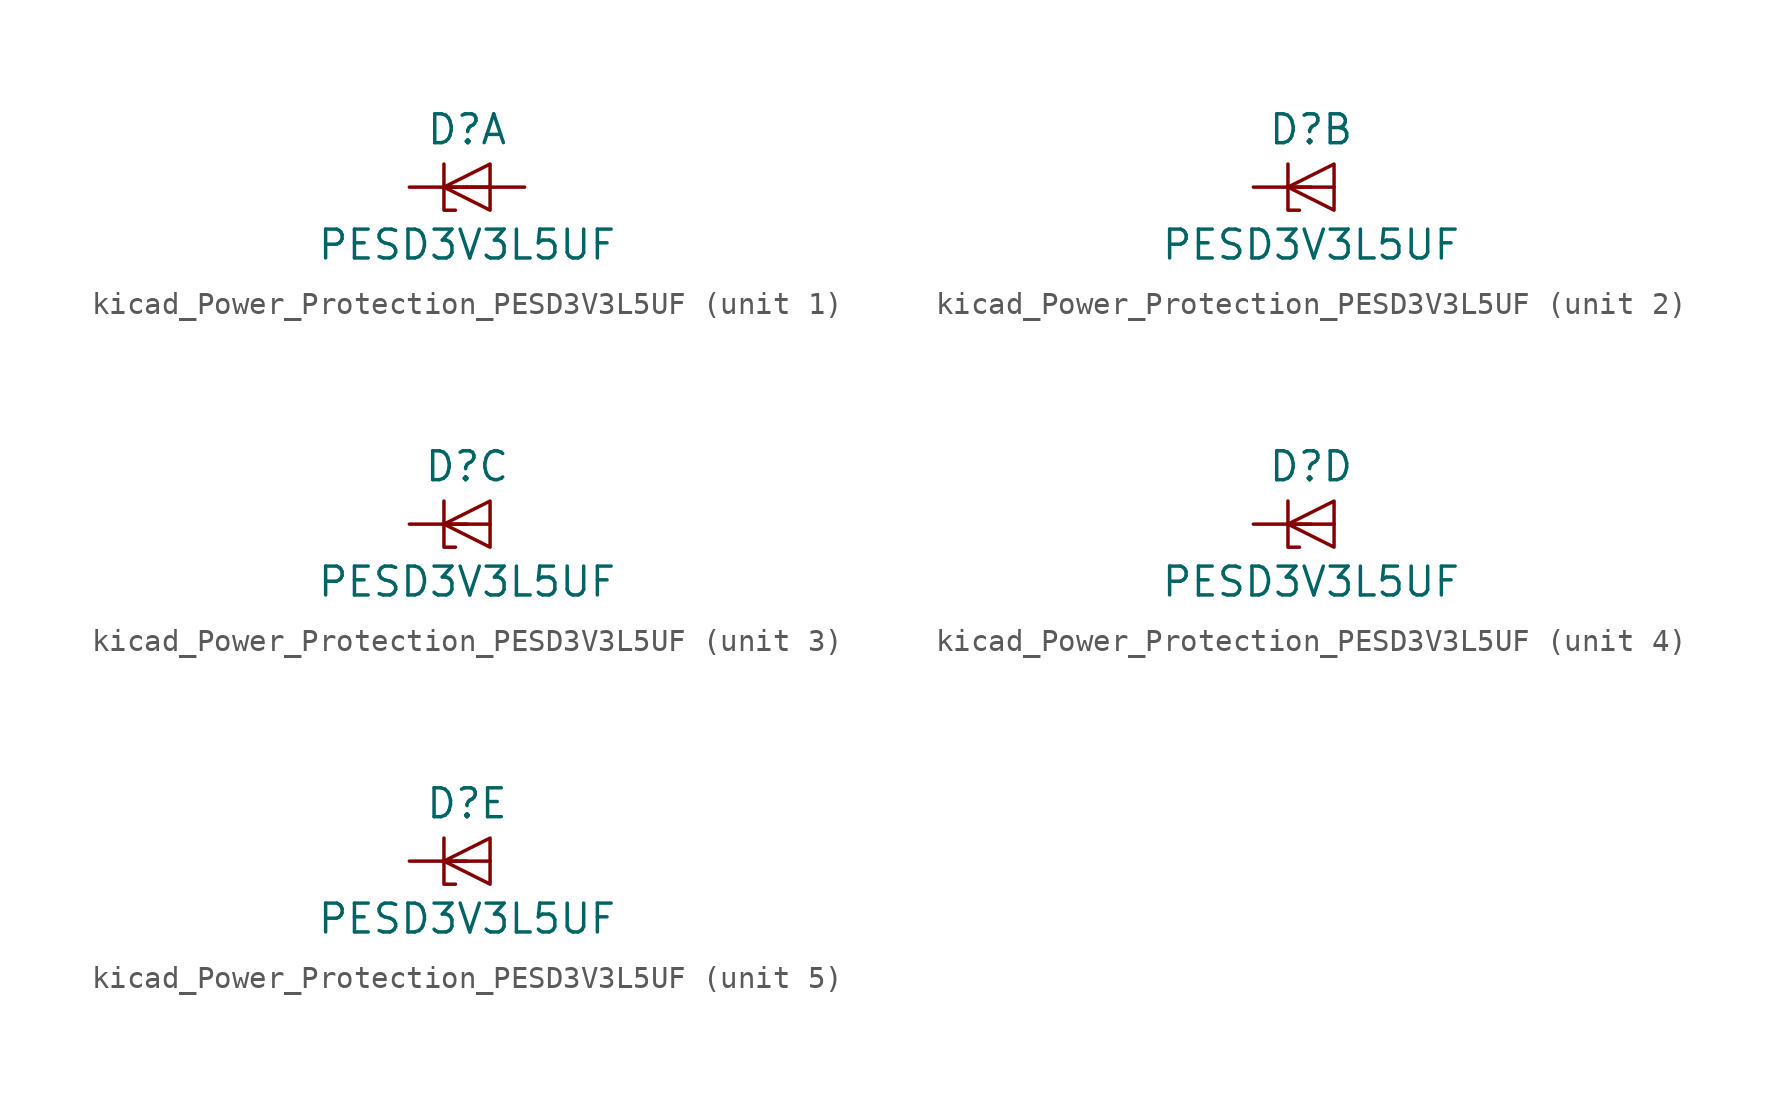
<source format=kicad_sym>
(kicad_symbol_lib
  (version 20220914)
  (generator kicad_symbol_editor)
  (symbol "kicad_Power_Protection_PESD3V3L5UF"
    (pin_numbers hide)
    (pin_names hide)
    (property "Reference" "D"
      (at 0 2.54 0)
      (effects (font (size 1.27 1.27))))
    (property "Value" "PESD3V3L5UF"
      (at 0 -2.54 0)
      (effects (font (size 1.27 1.27))))
    (property "ki_locked" ""
      (at 0 0 0)
      (effects (font (size 1.27 1.27))))
    (symbol "kicad_Power_Protection_PESD3V3L5UF_0_1"
      (polyline (pts (xy -1.016 0) (xy 1.016 0)) (stroke (width 0) (type default)) (fill (type none)))
      (polyline (pts (xy -1.016 1.016) (xy -1.016 -1.016) (xy -0.508 -1.016)) (stroke (width 0) (type default)) (fill (type none)))
      (polyline (pts (xy 1.016 1.016) (xy -1.016 0) (xy 1.016 -1.016) (xy 1.016 1.016)) (stroke (width 0) (type default)) (fill (type none))))
    (symbol "kicad_Power_Protection_PESD3V3L5UF_1_1"
      (pin passive line (at -2.54 0 0) (length 2.54) (name "K1" (effects (font (size 1.27 1.27)))) (number "1" (effects (font (size 1.27 1.27)))))
      (pin passive line (at 2.54 0 180) (length 2.54) (name "A" (effects (font (size 1.27 1.27)))) (number "2" (effects (font (size 1.27 1.27))))))
    (symbol "kicad_Power_Protection_PESD3V3L5UF_2_1"
      (pin passive line (at -2.54 0 0) (length 2.54) (name "K2" (effects (font (size 1.27 1.27)))) (number "3" (effects (font (size 1.27 1.27))))))
    (symbol "kicad_Power_Protection_PESD3V3L5UF_3_1"
      (pin passive line (at -2.54 0 0) (length 2.54) (name "K3" (effects (font (size 1.27 1.27)))) (number "4" (effects (font (size 1.27 1.27))))))
    (symbol "kicad_Power_Protection_PESD3V3L5UF_4_1"
      (pin passive line (at -2.54 0 0) (length 2.54) (name "K4" (effects (font (size 1.27 1.27)))) (number "5" (effects (font (size 1.27 1.27))))))
    (symbol "kicad_Power_Protection_PESD3V3L5UF_5_1"
      (pin passive line (at -2.54 0 0) (length 2.54) (name "K5" (effects (font (size 1.27 1.27)))) (number "6" (effects (font (size 1.27 1.27))))))))
</source>
